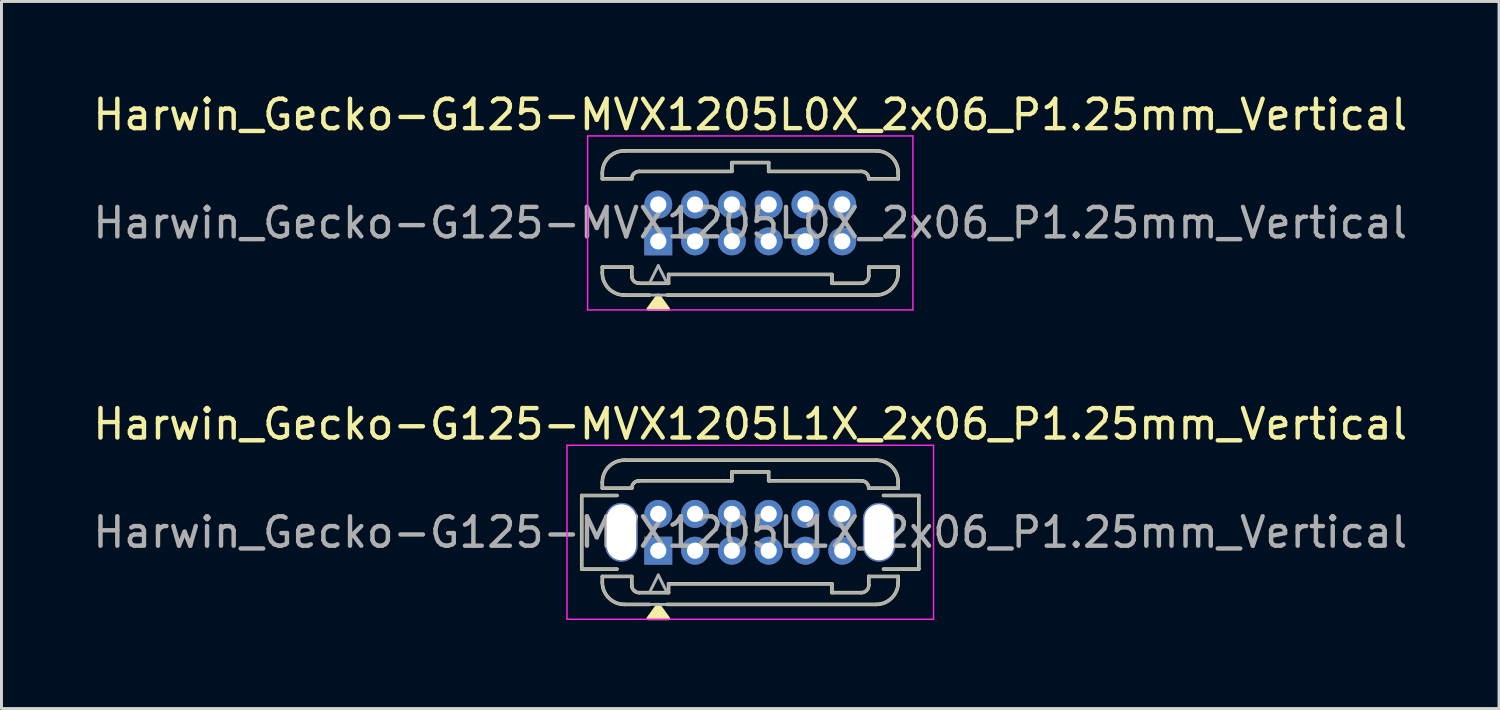
<source format=kicad_pcb>
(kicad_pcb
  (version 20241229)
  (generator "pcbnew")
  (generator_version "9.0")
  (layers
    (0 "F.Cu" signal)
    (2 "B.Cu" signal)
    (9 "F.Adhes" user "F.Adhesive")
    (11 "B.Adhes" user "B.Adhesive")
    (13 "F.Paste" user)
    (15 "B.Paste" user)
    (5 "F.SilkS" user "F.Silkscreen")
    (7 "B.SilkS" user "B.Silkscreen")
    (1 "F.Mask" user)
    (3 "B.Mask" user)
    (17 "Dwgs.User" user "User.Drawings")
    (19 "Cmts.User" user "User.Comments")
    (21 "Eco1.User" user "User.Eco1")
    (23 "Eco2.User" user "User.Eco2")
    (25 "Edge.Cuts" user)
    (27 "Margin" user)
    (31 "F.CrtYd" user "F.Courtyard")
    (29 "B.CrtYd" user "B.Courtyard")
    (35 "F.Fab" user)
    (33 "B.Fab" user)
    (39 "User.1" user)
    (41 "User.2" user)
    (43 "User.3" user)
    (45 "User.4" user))
  (footprint "Harwin_Gecko-G125-MVX1205L1X_2x06_P1.25mm_Vertical"
    (layer "F.Cu")
    (at 19.31 15.656)
    (property "Reference" "Harwin_Gecko-G125-MVX1205L1X_2x06_P1.25mm_Vertical" (at 3.125 -4.3 0) (layer "F.SilkS") (effects (font (size 1 1) (thickness 0.15))))
    (attr through_hole)
    (fp_line (start -2.6 -1.875) (end -2.6 0.625) (stroke (width 0.12) (type solid)) (layer "F.SilkS"))
    (fp_line (start -2.6 0.625) (end -1.4 0.625) (stroke (width 0.12) (type solid)) (layer "F.SilkS"))
    (fp_line (start -1.9 -2.325) (end -1.9 -2.125) (stroke (width 0.12) (type solid)) (layer "F.SilkS"))
    (fp_line (start -1.9 -2.125) (end -0.9 -2.125) (stroke (width 0.12) (type solid)) (layer "F.SilkS"))
    (fp_line (start -1.9 0.875) (end -0.9 0.875) (stroke (width 0.12) (type solid)) (layer "F.SilkS"))
    (fp_line (start -1.9 1.075) (end -1.9 0.875) (stroke (width 0.12) (type solid)) (layer "F.SilkS"))
    (fp_line (start -1.4 -1.875) (end -2.6 -1.875) (stroke (width 0.12) (type solid)) (layer "F.SilkS"))
    (fp_line (start -1.15 -3.075) (end 7.4 -3.075) (stroke (width 0.12) (type solid)) (layer "F.SilkS"))
    (fp_line (start -1.15 1.825) (end -0.3 1.825) (stroke (width 0.12) (type solid)) (layer "F.SilkS"))
    (fp_line (start -0.9 1.175) (end -0.9 0.875) (stroke (width 0.12) (type solid)) (layer "F.SilkS"))
    (fp_line (start -0.65 -2.375) (end 2.5 -2.375) (stroke (width 0.12) (type solid)) (layer "F.SilkS"))
    (fp_line (start -0.65 1.425) (end 0.35 1.425) (stroke (width 0.12) (type solid)) (layer "F.SilkS"))
    (fp_line (start 0.3 1.825) (end 7.4 1.825) (stroke (width 0.12) (type solid)) (layer "F.SilkS"))
    (fp_line (start 0.35 1.125) (end 5.9 1.125) (stroke (width 0.12) (type solid)) (layer "F.SilkS"))
    (fp_line (start 0.35 1.425) (end 0.35 1.125) (stroke (width 0.12) (type solid)) (layer "F.SilkS"))
    (fp_line (start 2.5 -2.675) (end 3.75 -2.675) (stroke (width 0.12) (type solid)) (layer "F.SilkS"))
    (fp_line (start 2.5 -2.375) (end 2.5 -2.675) (stroke (width 0.12) (type solid)) (layer "F.SilkS"))
    (fp_line (start 3.75 -2.675) (end 3.75 -2.375) (stroke (width 0.12) (type solid)) (layer "F.SilkS"))
    (fp_line (start 3.75 -2.375) (end 6.9 -2.375) (stroke (width 0.12) (type solid)) (layer "F.SilkS"))
    (fp_line (start 5.9 1.125) (end 5.9 1.425) (stroke (width 0.12) (type solid)) (layer "F.SilkS"))
    (fp_line (start 5.9 1.425) (end 6.9 1.425) (stroke (width 0.12) (type solid)) (layer "F.SilkS"))
    (fp_line (start 7.15 1.175) (end 7.15 0.875) (stroke (width 0.12) (type solid)) (layer "F.SilkS"))
    (fp_line (start 7.65 -1.875) (end 8.85 -1.875) (stroke (width 0.12) (type solid)) (layer "F.SilkS"))
    (fp_line (start 8.15 -2.325) (end 8.15 -2.125) (stroke (width 0.12) (type solid)) (layer "F.SilkS"))
    (fp_line (start 8.15 -2.125) (end 7.15 -2.125) (stroke (width 0.12) (type solid)) (layer "F.SilkS"))
    (fp_line (start 8.15 0.875) (end 7.15 0.875) (stroke (width 0.12) (type solid)) (layer "F.SilkS"))
    (fp_line (start 8.15 1.075) (end 8.15 0.875) (stroke (width 0.12) (type solid)) (layer "F.SilkS"))
    (fp_line (start 8.85 -1.875) (end 8.85 0.625) (stroke (width 0.12) (type solid)) (layer "F.SilkS"))
    (fp_line (start 8.85 0.625) (end 7.65 0.625) (stroke (width 0.12) (type solid)) (layer "F.SilkS"))
    (fp_arc (start -1.9 -2.325) (mid -1.68033 -2.85533) (end -1.15 -3.075) (stroke (width 0.12) (type solid)) (layer "F.SilkS"))
    (fp_arc (start -1.15 1.825) (mid -1.68033 1.60533) (end -1.9 1.075) (stroke (width 0.12) (type solid)) (layer "F.SilkS"))
    (fp_arc (start -0.9 -2.125) (mid -0.826777 -2.301777) (end -0.65 -2.375) (stroke (width 0.12) (type solid)) (layer "F.SilkS"))
    (fp_arc (start -0.65 1.425) (mid -0.826777 1.351777) (end -0.9 1.175) (stroke (width 0.12) (type solid)) (layer "F.SilkS"))
    (fp_arc (start 6.9 -2.375) (mid 7.076777 -2.301777) (end 7.15 -2.125) (stroke (width 0.12) (type solid)) (layer "F.SilkS"))
    (fp_arc (start 7.15 1.175) (mid 7.076777 1.351777) (end 6.9 1.425) (stroke (width 0.12) (type solid)) (layer "F.SilkS"))
    (fp_arc (start 7.4 -3.075) (mid 7.93033 -2.85533) (end 8.15 -2.325) (stroke (width 0.12) (type solid)) (layer "F.SilkS"))
    (fp_arc (start 8.15 1.075) (mid 7.93033 1.60533) (end 7.4 1.825) (stroke (width 0.12) (type solid)) (layer "F.SilkS"))
    (fp_poly (pts (xy 0 1.83) (xy -0.34 2.3) (xy 0.34 2.3) (xy 0 1.83)) (stroke (width 0.12) (type solid)) (fill yes) (layer "F.SilkS"))
    (fp_line (start -3.1 -3.58) (end -3.1 2.33) (stroke (width 0.05) (type solid)) (layer "F.CrtYd"))
    (fp_line (start -3.1 2.33) (end 9.35 2.33) (stroke (width 0.05) (type solid)) (layer "F.CrtYd"))
    (fp_line (start 9.35 -3.58) (end -3.1 -3.58) (stroke (width 0.05) (type solid)) (layer "F.CrtYd"))
    (fp_line (start 9.35 -3.58) (end 9.35 2.33) (stroke (width 0.05) (type solid)) (layer "F.CrtYd"))
    (fp_line (start -2.6 -1.875) (end -2.6 0.625) (stroke (width 0.1) (type solid)) (layer "F.Fab"))
    (fp_line (start -2.6 0.625) (end -1.4 0.625) (stroke (width 0.1) (type solid)) (layer "F.Fab"))
    (fp_line (start -1.9 -2.325) (end -1.9 -2.125) (stroke (width 0.1) (type solid)) (layer "F.Fab"))
    (fp_line (start -1.9 -2.125) (end -0.9 -2.125) (stroke (width 0.1) (type solid)) (layer "F.Fab"))
    (fp_line (start -1.9 0.875) (end -0.9 0.875) (stroke (width 0.1) (type solid)) (layer "F.Fab"))
    (fp_line (start -1.9 1.075) (end -1.9 0.875) (stroke (width 0.1) (type solid)) (layer "F.Fab"))
    (fp_line (start -1.4 -1.875) (end -2.6 -1.875) (stroke (width 0.1) (type solid)) (layer "F.Fab"))
    (fp_line (start -1.15 -3.075) (end 7.4 -3.075) (stroke (width 0.1) (type solid)) (layer "F.Fab"))
    (fp_line (start -1.15 1.825) (end 7.4 1.825) (stroke (width 0.1) (type solid)) (layer "F.Fab"))
    (fp_line (start -0.9 1.175) (end -0.9 0.875) (stroke (width 0.1) (type solid)) (layer "F.Fab"))
    (fp_line (start -0.65 -2.375) (end 2.5 -2.375) (stroke (width 0.1) (type solid)) (layer "F.Fab"))
    (fp_line (start -0.65 1.425) (end 0.35 1.425) (stroke (width 0.1) (type solid)) (layer "F.Fab"))
    (fp_line (start 0 0.825) (end -0.3 1.425) (stroke (width 0.1) (type solid)) (layer "F.Fab"))
    (fp_line (start 0.3 1.425) (end 0 0.825) (stroke (width 0.1) (type solid)) (layer "F.Fab"))
    (fp_line (start 0.35 1.125) (end 5.9 1.125) (stroke (width 0.1) (type solid)) (layer "F.Fab"))
    (fp_line (start 0.35 1.425) (end 0.35 1.125) (stroke (width 0.1) (type solid)) (layer "F.Fab"))
    (fp_line (start 2.5 -2.675) (end 3.75 -2.675) (stroke (width 0.1) (type solid)) (layer "F.Fab"))
    (fp_line (start 2.5 -2.375) (end 2.5 -2.675) (stroke (width 0.1) (type solid)) (layer "F.Fab"))
    (fp_line (start 3.75 -2.675) (end 3.75 -2.375) (stroke (width 0.1) (type solid)) (layer "F.Fab"))
    (fp_line (start 3.75 -2.375) (end 6.9 -2.375) (stroke (width 0.1) (type solid)) (layer "F.Fab"))
    (fp_line (start 5.9 1.125) (end 5.9 1.425) (stroke (width 0.1) (type solid)) (layer "F.Fab"))
    (fp_line (start 5.9 1.425) (end 6.9 1.425) (stroke (width 0.1) (type solid)) (layer "F.Fab"))
    (fp_line (start 7.15 1.175) (end 7.15 0.875) (stroke (width 0.1) (type solid)) (layer "F.Fab"))
    (fp_line (start 7.65 -1.875) (end 8.85 -1.875) (stroke (width 0.1) (type solid)) (layer "F.Fab"))
    (fp_line (start 8.15 -2.325) (end 8.15 -2.125) (stroke (width 0.1) (type solid)) (layer "F.Fab"))
    (fp_line (start 8.15 -2.125) (end 7.15 -2.125) (stroke (width 0.1) (type solid)) (layer "F.Fab"))
    (fp_line (start 8.15 0.875) (end 7.15 0.875) (stroke (width 0.1) (type solid)) (layer "F.Fab"))
    (fp_line (start 8.15 1.075) (end 8.15 0.875) (stroke (width 0.1) (type solid)) (layer "F.Fab"))
    (fp_line (start 8.85 -1.875) (end 8.85 0.625) (stroke (width 0.1) (type solid)) (layer "F.Fab"))
    (fp_line (start 8.85 0.625) (end 7.65 0.625) (stroke (width 0.1) (type solid)) (layer "F.Fab"))
    (fp_arc (start -1.9 -2.325) (mid -1.68033 -2.85533) (end -1.15 -3.075) (stroke (width 0.1) (type solid)) (layer "F.Fab"))
    (fp_arc (start -1.15 1.825) (mid -1.68033 1.60533) (end -1.9 1.075) (stroke (width 0.1) (type solid)) (layer "F.Fab"))
    (fp_arc (start -0.9 -2.125) (mid -0.826777 -2.301777) (end -0.65 -2.375) (stroke (width 0.1) (type solid)) (layer "F.Fab"))
    (fp_arc (start -0.65 1.425) (mid -0.826777 1.351777) (end -0.9 1.175) (stroke (width 0.1) (type solid)) (layer "F.Fab"))
    (fp_arc (start 6.9 -2.375) (mid 7.076777 -2.301777) (end 7.15 -2.125) (stroke (width 0.1) (type solid)) (layer "F.Fab"))
    (fp_arc (start 7.15 1.175) (mid 7.076777 1.351777) (end 6.9 1.425) (stroke (width 0.1) (type solid)) (layer "F.Fab"))
    (fp_arc (start 7.4 -3.075) (mid 7.93033 -2.85533) (end 8.15 -2.325) (stroke (width 0.1) (type solid)) (layer "F.Fab"))
    (fp_arc (start 8.15 1.075) (mid 7.93033 1.60533) (end 7.4 1.825) (stroke (width 0.1) (type solid)) (layer "F.Fab"))
    (fp_text user "${REFERENCE}" (at 3.125 -0.625 0) (layer "F.Fab") (effects (font (size 1 1) (thickness 0.15))))
    (pad "" np_thru_hole oval (at -1.25 -0.625) (size 1.1 2) (drill oval 1 1.9) (layers "*.Cu" "*.Mask"))
    (pad "" np_thru_hole oval (at 7.5 -0.625) (size 1.1 2) (drill oval 1 1.9) (layers "*.Cu" "*.Mask"))
    (pad "1" thru_hole rect (at 0 0) (size 0.95 0.95) (drill 0.55) (layers "*.Cu" "*.Mask"))
    (pad "2" thru_hole circle (at 1.25 0) (size 0.95 0.95) (drill 0.55) (layers "*.Cu" "*.Mask"))
    (pad "3" thru_hole circle (at 2.5 0) (size 0.95 0.95) (drill 0.55) (layers "*.Cu" "*.Mask"))
    (pad "4" thru_hole circle (at 3.75 0) (size 0.95 0.95) (drill 0.55) (layers "*.Cu" "*.Mask"))
    (pad "5" thru_hole circle (at 5 0) (size 0.95 0.95) (drill 0.55) (layers "*.Cu" "*.Mask"))
    (pad "6" thru_hole circle (at 6.25 0) (size 0.95 0.95) (drill 0.55) (layers "*.Cu" "*.Mask"))
    (pad "7" thru_hole circle (at 0 -1.25) (size 0.95 0.95) (drill 0.55) (layers "*.Cu" "*.Mask"))
    (pad "8" thru_hole circle (at 1.25 -1.25) (size 0.95 0.95) (drill 0.55) (layers "*.Cu" "*.Mask"))
    (pad "9" thru_hole circle (at 2.5 -1.25) (size 0.95 0.95) (drill 0.55) (layers "*.Cu" "*.Mask"))
    (pad "10" thru_hole circle (at 3.75 -1.25) (size 0.95 0.95) (drill 0.55) (layers "*.Cu" "*.Mask"))
    (pad "11" thru_hole circle (at 5 -1.25) (size 0.95 0.95) (drill 0.55) (layers "*.Cu" "*.Mask"))
    (pad "12" thru_hole circle (at 6.25 -1.25) (size 0.95 0.95) (drill 0.55) (layers "*.Cu" "*.Mask")))
  (footprint "Harwin_Gecko-G125-MVX1205L0X_2x06_P1.25mm_Vertical"
    (layer "F.Cu")
    (at 19.31 5.148)
    (property "Reference" "Harwin_Gecko-G125-MVX1205L0X_2x06_P1.25mm_Vertical" (at 3.125 -4.3 0) (layer "F.SilkS") (effects (font (size 1 1) (thickness 0.15))))
    (attr through_hole)
    (fp_line (start -1.9 -2.325) (end -1.9 -2.125) (stroke (width 0.12) (type solid)) (layer "F.SilkS"))
    (fp_line (start -1.9 -2.125) (end -0.9 -2.125) (stroke (width 0.12) (type solid)) (layer "F.SilkS"))
    (fp_line (start -1.9 0.875) (end -0.9 0.875) (stroke (width 0.12) (type solid)) (layer "F.SilkS"))
    (fp_line (start -1.9 1.075) (end -1.9 0.875) (stroke (width 0.12) (type solid)) (layer "F.SilkS"))
    (fp_line (start -1.15 -3.075) (end 7.4 -3.075) (stroke (width 0.12) (type solid)) (layer "F.SilkS"))
    (fp_line (start -1.15 1.825) (end -0.3 1.825) (stroke (width 0.12) (type solid)) (layer "F.SilkS"))
    (fp_line (start -0.9 1.175) (end -0.9 0.875) (stroke (width 0.12) (type solid)) (layer "F.SilkS"))
    (fp_line (start -0.65 -2.375) (end 2.5 -2.375) (stroke (width 0.12) (type solid)) (layer "F.SilkS"))
    (fp_line (start -0.65 1.425) (end 0.35 1.425) (stroke (width 0.12) (type solid)) (layer "F.SilkS"))
    (fp_line (start 0.3 1.825) (end 7.4 1.825) (stroke (width 0.12) (type solid)) (layer "F.SilkS"))
    (fp_line (start 0.35 1.125) (end 5.9 1.125) (stroke (width 0.12) (type solid)) (layer "F.SilkS"))
    (fp_line (start 0.35 1.425) (end 0.35 1.125) (stroke (width 0.12) (type solid)) (layer "F.SilkS"))
    (fp_line (start 2.5 -2.675) (end 3.75 -2.675) (stroke (width 0.12) (type solid)) (layer "F.SilkS"))
    (fp_line (start 2.5 -2.375) (end 2.5 -2.675) (stroke (width 0.12) (type solid)) (layer "F.SilkS"))
    (fp_line (start 3.75 -2.675) (end 3.75 -2.375) (stroke (width 0.12) (type solid)) (layer "F.SilkS"))
    (fp_line (start 3.75 -2.375) (end 6.9 -2.375) (stroke (width 0.12) (type solid)) (layer "F.SilkS"))
    (fp_line (start 5.9 1.125) (end 5.9 1.425) (stroke (width 0.12) (type solid)) (layer "F.SilkS"))
    (fp_line (start 5.9 1.425) (end 6.9 1.425) (stroke (width 0.12) (type solid)) (layer "F.SilkS"))
    (fp_line (start 7.15 1.175) (end 7.15 0.875) (stroke (width 0.12) (type solid)) (layer "F.SilkS"))
    (fp_line (start 8.15 -2.325) (end 8.15 -2.125) (stroke (width 0.12) (type solid)) (layer "F.SilkS"))
    (fp_line (start 8.15 -2.125) (end 7.15 -2.125) (stroke (width 0.12) (type solid)) (layer "F.SilkS"))
    (fp_line (start 8.15 0.875) (end 7.15 0.875) (stroke (width 0.12) (type solid)) (layer "F.SilkS"))
    (fp_line (start 8.15 1.075) (end 8.15 0.875) (stroke (width 0.12) (type solid)) (layer "F.SilkS"))
    (fp_arc (start -1.9 -2.325) (mid -1.68033 -2.85533) (end -1.15 -3.075) (stroke (width 0.12) (type solid)) (layer "F.SilkS"))
    (fp_arc (start -1.15 1.825) (mid -1.68033 1.60533) (end -1.9 1.075) (stroke (width 0.12) (type solid)) (layer "F.SilkS"))
    (fp_arc (start -0.9 -2.125) (mid -0.826777 -2.301777) (end -0.65 -2.375) (stroke (width 0.12) (type solid)) (layer "F.SilkS"))
    (fp_arc (start -0.65 1.425) (mid -0.826777 1.351777) (end -0.9 1.175) (stroke (width 0.12) (type solid)) (layer "F.SilkS"))
    (fp_arc (start 6.9 -2.375) (mid 7.076777 -2.301777) (end 7.15 -2.125) (stroke (width 0.12) (type solid)) (layer "F.SilkS"))
    (fp_arc (start 7.15 1.175) (mid 7.076777 1.351777) (end 6.9 1.425) (stroke (width 0.12) (type solid)) (layer "F.SilkS"))
    (fp_arc (start 7.4 -3.075) (mid 7.93033 -2.85533) (end 8.15 -2.325) (stroke (width 0.12) (type solid)) (layer "F.SilkS"))
    (fp_arc (start 8.15 1.075) (mid 7.93033 1.60533) (end 7.4 1.825) (stroke (width 0.12) (type solid)) (layer "F.SilkS"))
    (fp_poly (pts (xy 0 1.83) (xy -0.34 2.3) (xy 0.34 2.3) (xy 0 1.83)) (stroke (width 0.12) (type solid)) (fill yes) (layer "F.SilkS"))
    (fp_line (start -2.4 -3.58) (end -2.4 2.33) (stroke (width 0.05) (type solid)) (layer "F.CrtYd"))
    (fp_line (start -2.4 2.33) (end 8.65 2.33) (stroke (width 0.05) (type solid)) (layer "F.CrtYd"))
    (fp_line (start 8.65 -3.58) (end -2.4 -3.58) (stroke (width 0.05) (type solid)) (layer "F.CrtYd"))
    (fp_line (start 8.65 -3.58) (end 8.65 2.33) (stroke (width 0.05) (type solid)) (layer "F.CrtYd"))
    (fp_line (start -1.9 -2.325) (end -1.9 -2.125) (stroke (width 0.1) (type solid)) (layer "F.Fab"))
    (fp_line (start -1.9 -2.125) (end -0.9 -2.125) (stroke (width 0.1) (type solid)) (layer "F.Fab"))
    (fp_line (start -1.9 0.875) (end -0.9 0.875) (stroke (width 0.1) (type solid)) (layer "F.Fab"))
    (fp_line (start -1.9 1.075) (end -1.9 0.875) (stroke (width 0.1) (type solid)) (layer "F.Fab"))
    (fp_line (start -1.15 -3.075) (end 7.4 -3.075) (stroke (width 0.1) (type solid)) (layer "F.Fab"))
    (fp_line (start -1.15 1.825) (end 7.4 1.825) (stroke (width 0.1) (type solid)) (layer "F.Fab"))
    (fp_line (start -0.9 1.175) (end -0.9 0.875) (stroke (width 0.1) (type solid)) (layer "F.Fab"))
    (fp_line (start -0.65 -2.375) (end 2.5 -2.375) (stroke (width 0.1) (type solid)) (layer "F.Fab"))
    (fp_line (start -0.65 1.425) (end 0.35 1.425) (stroke (width 0.1) (type solid)) (layer "F.Fab"))
    (fp_line (start 0 0.825) (end -0.3 1.425) (stroke (width 0.1) (type solid)) (layer "F.Fab"))
    (fp_line (start 0.3 1.425) (end 0 0.825) (stroke (width 0.1) (type solid)) (layer "F.Fab"))
    (fp_line (start 0.35 1.125) (end 5.9 1.125) (stroke (width 0.1) (type solid)) (layer "F.Fab"))
    (fp_line (start 0.35 1.425) (end 0.35 1.125) (stroke (width 0.1) (type solid)) (layer "F.Fab"))
    (fp_line (start 2.5 -2.675) (end 3.75 -2.675) (stroke (width 0.1) (type solid)) (layer "F.Fab"))
    (fp_line (start 2.5 -2.375) (end 2.5 -2.675) (stroke (width 0.1) (type solid)) (layer "F.Fab"))
    (fp_line (start 3.75 -2.675) (end 3.75 -2.375) (stroke (width 0.1) (type solid)) (layer "F.Fab"))
    (fp_line (start 3.75 -2.375) (end 6.9 -2.375) (stroke (width 0.1) (type solid)) (layer "F.Fab"))
    (fp_line (start 5.9 1.125) (end 5.9 1.425) (stroke (width 0.1) (type solid)) (layer "F.Fab"))
    (fp_line (start 5.9 1.425) (end 6.9 1.425) (stroke (width 0.1) (type solid)) (layer "F.Fab"))
    (fp_line (start 7.15 1.175) (end 7.15 0.875) (stroke (width 0.1) (type solid)) (layer "F.Fab"))
    (fp_line (start 8.15 -2.325) (end 8.15 -2.125) (stroke (width 0.1) (type solid)) (layer "F.Fab"))
    (fp_line (start 8.15 -2.125) (end 7.15 -2.125) (stroke (width 0.1) (type solid)) (layer "F.Fab"))
    (fp_line (start 8.15 0.875) (end 7.15 0.875) (stroke (width 0.1) (type solid)) (layer "F.Fab"))
    (fp_line (start 8.15 1.075) (end 8.15 0.875) (stroke (width 0.1) (type solid)) (layer "F.Fab"))
    (fp_arc (start -1.9 -2.325) (mid -1.68033 -2.85533) (end -1.15 -3.075) (stroke (width 0.1) (type solid)) (layer "F.Fab"))
    (fp_arc (start -1.15 1.825) (mid -1.68033 1.60533) (end -1.9 1.075) (stroke (width 0.1) (type solid)) (layer "F.Fab"))
    (fp_arc (start -0.9 -2.125) (mid -0.826777 -2.301777) (end -0.65 -2.375) (stroke (width 0.1) (type solid)) (layer "F.Fab"))
    (fp_arc (start -0.65 1.425) (mid -0.826777 1.351777) (end -0.9 1.175) (stroke (width 0.1) (type solid)) (layer "F.Fab"))
    (fp_arc (start 6.9 -2.375) (mid 7.076777 -2.301777) (end 7.15 -2.125) (stroke (width 0.1) (type solid)) (layer "F.Fab"))
    (fp_arc (start 7.15 1.175) (mid 7.076777 1.351777) (end 6.9 1.425) (stroke (width 0.1) (type solid)) (layer "F.Fab"))
    (fp_arc (start 7.4 -3.075) (mid 7.93033 -2.85533) (end 8.15 -2.325) (stroke (width 0.1) (type solid)) (layer "F.Fab"))
    (fp_arc (start 8.15 1.075) (mid 7.93033 1.60533) (end 7.4 1.825) (stroke (width 0.1) (type solid)) (layer "F.Fab"))
    (fp_text user "${REFERENCE}" (at 3.125 -0.625 0) (layer "F.Fab") (effects (font (size 1 1) (thickness 0.15))))
    (pad "1" thru_hole rect (at 0 0) (size 0.95 0.95) (drill 0.55) (layers "*.Cu" "*.Mask"))
    (pad "2" thru_hole circle (at 1.25 0) (size 0.95 0.95) (drill 0.55) (layers "*.Cu" "*.Mask"))
    (pad "3" thru_hole circle (at 2.5 0) (size 0.95 0.95) (drill 0.55) (layers "*.Cu" "*.Mask"))
    (pad "4" thru_hole circle (at 3.75 0) (size 0.95 0.95) (drill 0.55) (layers "*.Cu" "*.Mask"))
    (pad "5" thru_hole circle (at 5 0) (size 0.95 0.95) (drill 0.55) (layers "*.Cu" "*.Mask"))
    (pad "6" thru_hole circle (at 6.25 0) (size 0.95 0.95) (drill 0.55) (layers "*.Cu" "*.Mask"))
    (pad "7" thru_hole circle (at 0 -1.25) (size 0.95 0.95) (drill 0.55) (layers "*.Cu" "*.Mask"))
    (pad "8" thru_hole circle (at 1.25 -1.25) (size 0.95 0.95) (drill 0.55) (layers "*.Cu" "*.Mask"))
    (pad "9" thru_hole circle (at 2.5 -1.25) (size 0.95 0.95) (drill 0.55) (layers "*.Cu" "*.Mask"))
    (pad "10" thru_hole circle (at 3.75 -1.25) (size 0.95 0.95) (drill 0.55) (layers "*.Cu" "*.Mask"))
    (pad "11" thru_hole circle (at 5 -1.25) (size 0.95 0.95) (drill 0.55) (layers "*.Cu" "*.Mask"))
    (pad "12" thru_hole circle (at 6.25 -1.25) (size 0.95 0.95) (drill 0.55) (layers "*.Cu" "*.Mask")))
  (gr_rect
    (start -3 -3)
    (end 47.869 21.017)
    (stroke (width 0.1) (type default))
    (fill no)
    (layer "Edge.Cuts")))
</source>
